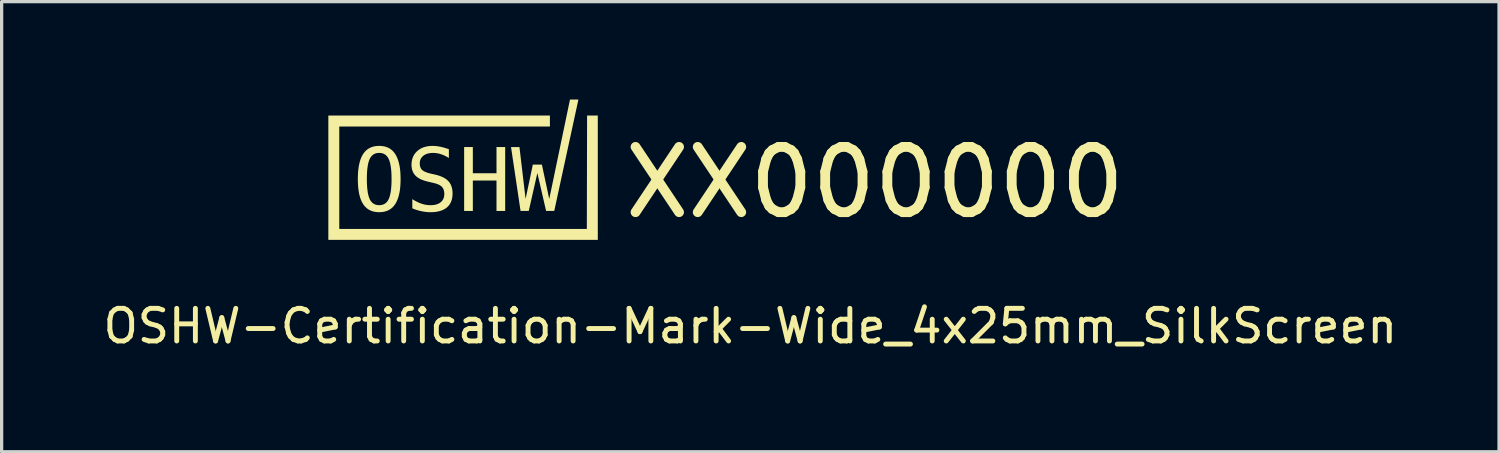
<source format=kicad_pcb>
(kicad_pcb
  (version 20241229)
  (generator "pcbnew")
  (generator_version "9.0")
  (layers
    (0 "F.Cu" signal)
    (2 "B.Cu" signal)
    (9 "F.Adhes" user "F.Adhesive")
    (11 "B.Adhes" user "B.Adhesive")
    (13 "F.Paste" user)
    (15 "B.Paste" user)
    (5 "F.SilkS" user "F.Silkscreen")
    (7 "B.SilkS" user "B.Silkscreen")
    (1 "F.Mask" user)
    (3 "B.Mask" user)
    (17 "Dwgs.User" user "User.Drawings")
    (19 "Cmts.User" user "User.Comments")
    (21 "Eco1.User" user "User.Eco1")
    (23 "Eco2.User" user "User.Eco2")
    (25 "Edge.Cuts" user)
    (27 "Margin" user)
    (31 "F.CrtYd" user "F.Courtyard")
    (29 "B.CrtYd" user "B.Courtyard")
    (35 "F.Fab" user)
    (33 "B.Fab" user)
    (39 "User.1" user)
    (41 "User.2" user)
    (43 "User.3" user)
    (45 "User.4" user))
  (footprint "OSHW-Certification-Mark-Wide_4x25mm_SilkScreen"
    (layer "F.Cu")
    (at 19.935 2.94)
    (property "Reference" "OSHW-Certification-Mark-Wide_4x25mm_SilkScreen" (at 0 4 0) (unlocked yes) (layer "F.SilkS") (effects (font (size 1 1) (thickness 0.15))))
    (attr board_only exclude_from_pos_files exclude_from_bom allow_missing_courtyard)
    (fp_poly (pts (xy -10.714 -0.505) (xy -10.714 -0.505) (xy -10.714 -0.505)) (stroke (width 0) (type solid)) (fill yes) (layer "F.SilkS"))
    (fp_poly (pts (xy -4.673 1.358) (xy -12.927 1.358) (xy -12.927 -2.45) (xy -6.14 -2.45) (xy -6.14 -2.114) (xy -12.592 -2.114) (xy -12.592 1.022) (xy -5.009 1.022) (xy -5.001 -2.45) (xy -4.673 -2.45)) (stroke (width 0) (type solid)) (fill yes) (layer "F.SilkS"))
    (fp_poly (pts (xy -8.501 -0.683) (xy -7.776 -0.683) (xy -7.776 -1.486) (xy -7.51 -1.486) (xy -7.51 0.472) (xy -7.776 0.472) (xy -7.776 -0.46) (xy -8.501 -0.46) (xy -8.501 0.472) (xy -8.767 0.472) (xy -8.767 -1.486) (xy -8.501 -1.486)) (stroke (width 0) (type solid)) (fill yes) (layer "F.SilkS"))
    (fp_poly (pts (xy -6.007 0.472) (xy -6.257 0.472) (xy -6.524 -0.691) (xy -6.788 0.472) (xy -7.039 0.472) (xy -7.331 -1.486) (xy -7.073 -1.486) (xy -6.885 0.103) (xy -6.663 -0.948) (xy -6.386 -0.948) (xy -6.16 0.106) (xy -5.525 -2.94) (xy -5.267 -2.94)) (stroke (width 0) (type solid)) (fill yes) (layer "F.SilkS"))
    (fp_poly (pts (xy -11.329 -1.52) (xy -11.289 -1.517) (xy -11.251 -1.512) (xy -11.215 -1.505) (xy -11.179 -1.497) (xy -11.145 -1.486) (xy -11.112 -1.473) (xy -11.081 -1.458) (xy -11.05 -1.442) (xy -11.022 -1.423) (xy -10.994 -1.402) (xy -10.968 -1.38) (xy -10.943 -1.355) (xy -10.92 -1.328) (xy -10.898 -1.3) (xy -10.877 -1.269) (xy -10.857 -1.237) (xy -10.839 -1.202) (xy -10.822 -1.166) (xy -10.806 -1.127) (xy -10.791 -1.087) (xy -10.778 -1.044) (xy -10.766 -0.999) (xy -10.755 -0.952) (xy -10.745 -0.904) (xy -10.737 -0.853) (xy -10.73 -0.8) (xy -10.724 -0.745) (xy -10.72 -0.688) (xy -10.717 -0.629) (xy -10.715 -0.568) (xy -10.714 -0.505) (xy -10.715 -0.442) (xy -10.717 -0.381) (xy -10.72 -0.322) (xy -10.724 -0.266) (xy -10.73 -0.211) (xy -10.737 -0.158) (xy -10.745 -0.107) (xy -10.755 -0.059) (xy -10.766 -0.012) (xy -10.778 0.033) (xy -10.791 0.075) (xy -10.806 0.116) (xy -10.822 0.154) (xy -10.839 0.191) (xy -10.857 0.226) (xy -10.877 0.258) (xy -10.887 0.273) (xy -10.898 0.288) (xy -10.908 0.303) (xy -10.92 0.317) (xy -10.931 0.331) (xy -10.943 0.344) (xy -10.955 0.356) (xy -10.968 0.368) (xy -10.981 0.38) (xy -10.994 0.391) (xy -11.008 0.401) (xy -11.022 0.411) (xy -11.036 0.421) (xy -11.05 0.43) (xy -11.065 0.439) (xy -11.081 0.447) (xy -11.096 0.454) (xy -11.112 0.462) (xy -11.128 0.468) (xy -11.145 0.474) (xy -11.162 0.48) (xy -11.179 0.485) (xy -11.197 0.49) (xy -11.215 0.494) (xy -11.233 0.498) (xy -11.251 0.501) (xy -11.289 0.506) (xy -11.329 0.509) (xy -11.37 0.51) (xy -11.411 0.509) (xy -11.45 0.506) (xy -11.488 0.501) (xy -11.525 0.494) (xy -11.56 0.485) (xy -11.595 0.475) (xy -11.627 0.462) (xy -11.659 0.447) (xy -11.689 0.43) (xy -11.718 0.412) (xy -11.745 0.391) (xy -11.771 0.369) (xy -11.796 0.344) (xy -11.82 0.318) (xy -11.842 0.29) (xy -11.863 0.259) (xy -11.882 0.227) (xy -11.901 0.193) (xy -11.918 0.156) (xy -11.933 0.118) (xy -11.948 0.077) (xy -11.961 0.034) (xy -11.973 -0.01) (xy -11.984 -0.057) (xy -11.993 -0.106) (xy -12.001 -0.157) (xy -12.008 -0.21) (xy -12.014 -0.265) (xy -12.018 -0.322) (xy -12.021 -0.381) (xy -12.023 -0.442) (xy -12.024 -0.505) (xy -11.747 -0.505) (xy -11.746 -0.401) (xy -11.742 -0.305) (xy -11.735 -0.217) (xy -11.725 -0.136) (xy -11.72 -0.099) (xy -11.713 -0.063) (xy -11.706 -0.03) (xy -11.698 0.002) (xy -11.689 0.032) (xy -11.68 0.06) (xy -11.67 0.086) (xy -11.66 0.11) (xy -11.648 0.132) (xy -11.642 0.143) (xy -11.635 0.153) (xy -11.629 0.163) (xy -11.622 0.173) (xy -11.615 0.182) (xy -11.608 0.191) (xy -11.601 0.199) (xy -11.593 0.207) (xy -11.585 0.215) (xy -11.577 0.222) (xy -11.569 0.23) (xy -11.56 0.236) (xy -11.551 0.243) (xy -11.542 0.248) (xy -11.533 0.254) (xy -11.524 0.259) (xy -11.514 0.264) (xy -11.505 0.269) (xy -11.494 0.273) (xy -11.484 0.277) (xy -11.474 0.28) (xy -11.463 0.283) (xy -11.452 0.286) (xy -11.441 0.288) (xy -11.43 0.29) (xy -11.418 0.292) (xy -11.406 0.293) (xy -11.394 0.294) (xy -11.37 0.295) (xy -11.345 0.294) (xy -11.321 0.292) (xy -11.298 0.288) (xy -11.276 0.283) (xy -11.255 0.277) (xy -11.234 0.269) (xy -11.215 0.26) (xy -11.196 0.249) (xy -11.179 0.237) (xy -11.162 0.223) (xy -11.146 0.208) (xy -11.131 0.191) (xy -11.117 0.174) (xy -11.104 0.154) (xy -11.091 0.133) (xy -11.08 0.111) (xy -11.069 0.087) (xy -11.059 0.061) (xy -11.05 0.033) (xy -11.041 0.003) (xy -11.033 -0.028) (xy -11.026 -0.062) (xy -11.019 -0.098) (xy -11.013 -0.135) (xy -11.008 -0.175) (xy -11.003 -0.216) (xy -11 -0.26) (xy -10.996 -0.305) (xy -10.994 -0.352) (xy -10.992 -0.401) (xy -10.991 -0.452) (xy -10.991 -0.505) (xy -10.992 -0.609) (xy -10.996 -0.705) (xy -11.003 -0.794) (xy -11.013 -0.875) (xy -11.019 -0.912) (xy -11.026 -0.948) (xy -11.033 -0.982) (xy -11.041 -1.013) (xy -11.05 -1.043) (xy -11.059 -1.071) (xy -11.069 -1.097) (xy -11.08 -1.121) (xy -11.091 -1.144) (xy -11.097 -1.154) (xy -11.104 -1.165) (xy -11.11 -1.175) (xy -11.117 -1.184) (xy -11.124 -1.193) (xy -11.131 -1.202) (xy -11.138 -1.211) (xy -11.146 -1.219) (xy -11.154 -1.227) (xy -11.162 -1.234) (xy -11.17 -1.241) (xy -11.179 -1.248) (xy -11.187 -1.254) (xy -11.196 -1.26) (xy -11.206 -1.266) (xy -11.215 -1.271) (xy -11.225 -1.276) (xy -11.234 -1.28) (xy -11.244 -1.284) (xy -11.255 -1.288) (xy -11.265 -1.292) (xy -11.276 -1.295) (xy -11.287 -1.297) (xy -11.298 -1.3) (xy -11.309 -1.302) (xy -11.321 -1.303) (xy -11.333 -1.305) (xy -11.345 -1.305) (xy -11.37 -1.306) (xy -11.394 -1.305) (xy -11.418 -1.303) (xy -11.441 -1.3) (xy -11.463 -1.295) (xy -11.484 -1.288) (xy -11.505 -1.28) (xy -11.524 -1.271) (xy -11.542 -1.26) (xy -11.56 -1.248) (xy -11.577 -1.234) (xy -11.593 -1.219) (xy -11.608 -1.202) (xy -11.622 -1.184) (xy -11.635 -1.165) (xy -11.648 -1.144) (xy -11.66 -1.121) (xy -11.67 -1.097) (xy -11.68 -1.071) (xy -11.689 -1.043) (xy -11.698 -1.013) (xy -11.706 -0.982) (xy -11.713 -0.948) (xy -11.72 -0.912) (xy -11.725 -0.875) (xy -11.731 -0.835) (xy -11.735 -0.794) (xy -11.739 -0.751) (xy -11.742 -0.705) (xy -11.744 -0.658) (xy -11.746 -0.609) (xy -11.747 -0.558) (xy -11.747 -0.505) (xy -12.024 -0.505) (xy -12.024 -0.505) (xy -12.023 -0.568) (xy -12.021 -0.629) (xy -12.018 -0.688) (xy -12.014 -0.745) (xy -12.008 -0.8) (xy -12.001 -0.853) (xy -11.993 -0.904) (xy -11.984 -0.952) (xy -11.973 -0.999) (xy -11.961 -1.044) (xy -11.948 -1.087) (xy -11.933 -1.127) (xy -11.918 -1.166) (xy -11.901 -1.202) (xy -11.882 -1.237) (xy -11.863 -1.269) (xy -11.852 -1.285) (xy -11.842 -1.3) (xy -11.831 -1.314) (xy -11.819 -1.328) (xy -11.808 -1.342) (xy -11.796 -1.355) (xy -11.784 -1.368) (xy -11.771 -1.38) (xy -11.758 -1.391) (xy -11.745 -1.402) (xy -11.731 -1.413) (xy -11.717 -1.423) (xy -11.703 -1.432) (xy -11.688 -1.442) (xy -11.673 -1.45) (xy -11.658 -1.458) (xy -11.643 -1.466) (xy -11.627 -1.473) (xy -11.61 -1.48) (xy -11.594 -1.486) (xy -11.577 -1.491) (xy -11.56 -1.497) (xy -11.542 -1.501) (xy -11.524 -1.505) (xy -11.488 -1.512) (xy -11.45 -1.517) (xy -11.41 -1.52) (xy -11.37 -1.521)) (stroke (width 0) (type solid)) (fill yes) (layer "F.SilkS"))
    (fp_poly (pts (xy -9.706 -1.52) (xy -9.677 -1.519) (xy -9.648 -1.517) (xy -9.619 -1.514) (xy -9.589 -1.511) (xy -9.559 -1.506) (xy -9.528 -1.501) (xy -9.497 -1.495) (xy -9.466 -1.488) (xy -9.434 -1.481) (xy -9.402 -1.472) (xy -9.369 -1.463) (xy -9.336 -1.453) (xy -9.303 -1.442) (xy -9.269 -1.431) (xy -9.235 -1.419) (xy -9.235 -1.15) (xy -9.265 -1.169) (xy -9.295 -1.186) (xy -9.326 -1.202) (xy -9.356 -1.218) (xy -9.386 -1.232) (xy -9.417 -1.244) (xy -9.447 -1.256) (xy -9.477 -1.266) (xy -9.508 -1.276) (xy -9.538 -1.284) (xy -9.568 -1.29) (xy -9.599 -1.296) (xy -9.629 -1.3) (xy -9.66 -1.303) (xy -9.691 -1.305) (xy -9.721 -1.306) (xy -9.744 -1.305) (xy -9.767 -1.304) (xy -9.789 -1.303) (xy -9.81 -1.3) (xy -9.831 -1.297) (xy -9.851 -1.293) (xy -9.87 -1.289) (xy -9.889 -1.284) (xy -9.907 -1.278) (xy -9.925 -1.272) (xy -9.942 -1.264) (xy -9.958 -1.256) (xy -9.974 -1.248) (xy -9.989 -1.239) (xy -10.004 -1.229) (xy -10.018 -1.218) (xy -10.031 -1.207) (xy -10.043 -1.195) (xy -10.055 -1.183) (xy -10.065 -1.171) (xy -10.075 -1.158) (xy -10.084 -1.144) (xy -10.092 -1.13) (xy -10.099 -1.116) (xy -10.106 -1.101) (xy -10.111 -1.086) (xy -10.116 -1.07) (xy -10.12 -1.054) (xy -10.123 -1.037) (xy -10.125 -1.019) (xy -10.126 -1.002) (xy -10.126 -0.983) (xy -10.126 -0.967) (xy -10.125 -0.952) (xy -10.124 -0.937) (xy -10.122 -0.922) (xy -10.119 -0.908) (xy -10.116 -0.895) (xy -10.113 -0.882) (xy -10.109 -0.869) (xy -10.104 -0.857) (xy -10.099 -0.845) (xy -10.093 -0.834) (xy -10.087 -0.823) (xy -10.08 -0.813) (xy -10.072 -0.803) (xy -10.064 -0.794) (xy -10.056 -0.785) (xy -10.046 -0.777) (xy -10.036 -0.769) (xy -10.024 -0.761) (xy -10.012 -0.753) (xy -9.999 -0.745) (xy -9.984 -0.737) (xy -9.969 -0.73) (xy -9.953 -0.723) (xy -9.935 -0.716) (xy -9.917 -0.709) (xy -9.898 -0.702) (xy -9.878 -0.696) (xy -9.857 -0.689) (xy -9.835 -0.683) (xy -9.812 -0.677) (xy -9.788 -0.671) (xy -9.649 -0.64) (xy -9.615 -0.631) (xy -9.583 -0.623) (xy -9.551 -0.613) (xy -9.521 -0.603) (xy -9.492 -0.592) (xy -9.464 -0.581) (xy -9.437 -0.57) (xy -9.411 -0.557) (xy -9.387 -0.544) (xy -9.363 -0.531) (xy -9.341 -0.517) (xy -9.32 -0.502) (xy -9.3 -0.487) (xy -9.282 -0.471) (xy -9.264 -0.455) (xy -9.248 -0.438) (xy -9.233 -0.42) (xy -9.218 -0.402) (xy -9.205 -0.383) (xy -9.193 -0.363) (xy -9.182 -0.342) (xy -9.171 -0.321) (xy -9.162 -0.298) (xy -9.154 -0.275) (xy -9.146 -0.251) (xy -9.14 -0.227) (xy -9.134 -0.201) (xy -9.13 -0.175) (xy -9.127 -0.148) (xy -9.124 -0.121) (xy -9.123 -0.092) (xy -9.122 -0.063) (xy -9.123 -0.028) (xy -9.125 0.005) (xy -9.128 0.037) (xy -9.133 0.068) (xy -9.139 0.099) (xy -9.146 0.128) (xy -9.155 0.156) (xy -9.165 0.183) (xy -9.177 0.209) (xy -9.19 0.234) (xy -9.204 0.259) (xy -9.219 0.282) (xy -9.236 0.304) (xy -9.255 0.324) (xy -9.274 0.344) (xy -9.295 0.363) (xy -9.317 0.381) (xy -9.341 0.398) (xy -9.366 0.413) (xy -9.392 0.427) (xy -9.419 0.441) (xy -9.447 0.453) (xy -9.477 0.464) (xy -9.508 0.473) (xy -9.54 0.482) (xy -9.573 0.489) (xy -9.608 0.496) (xy -9.643 0.501) (xy -9.68 0.505) (xy -9.719 0.508) (xy -9.758 0.509) (xy -9.799 0.51) (xy -9.833 0.51) (xy -9.868 0.508) (xy -9.902 0.506) (xy -9.937 0.503) (xy -9.971 0.498) (xy -10.006 0.493) (xy -10.041 0.487) (xy -10.075 0.48) (xy -10.11 0.472) (xy -10.145 0.464) (xy -10.18 0.454) (xy -10.215 0.444) (xy -10.25 0.432) (xy -10.284 0.42) (xy -10.319 0.406) (xy -10.355 0.392) (xy -10.355 0.11) (xy -10.317 0.133) (xy -10.28 0.155) (xy -10.244 0.175) (xy -10.208 0.193) (xy -10.173 0.21) (xy -10.138 0.225) (xy -10.104 0.239) (xy -10.07 0.25) (xy -10.036 0.261) (xy -10.002 0.27) (xy -9.969 0.278) (xy -9.935 0.284) (xy -9.901 0.289) (xy -9.867 0.292) (xy -9.833 0.294) (xy -9.799 0.295) (xy -9.774 0.295) (xy -9.75 0.294) (xy -9.727 0.292) (xy -9.704 0.289) (xy -9.682 0.286) (xy -9.661 0.283) (xy -9.64 0.278) (xy -9.62 0.273) (xy -9.601 0.267) (xy -9.583 0.26) (xy -9.565 0.253) (xy -9.548 0.245) (xy -9.532 0.236) (xy -9.516 0.227) (xy -9.501 0.217) (xy -9.487 0.206) (xy -9.473 0.194) (xy -9.46 0.182) (xy -9.449 0.169) (xy -9.438 0.156) (xy -9.428 0.142) (xy -9.419 0.128) (xy -9.41 0.113) (xy -9.403 0.098) (xy -9.396 0.082) (xy -9.391 0.065) (xy -9.386 0.048) (xy -9.382 0.03) (xy -9.379 0.012) (xy -9.377 -0.007) (xy -9.376 -0.026) (xy -9.375 -0.046) (xy -9.375 -0.064) (xy -9.376 -0.081) (xy -9.378 -0.098) (xy -9.38 -0.115) (xy -9.383 -0.131) (xy -9.386 -0.146) (xy -9.39 -0.161) (xy -9.394 -0.175) (xy -9.4 -0.189) (xy -9.405 -0.202) (xy -9.412 -0.215) (xy -9.419 -0.227) (xy -9.426 -0.239) (xy -9.434 -0.25) (xy -9.443 -0.26) (xy -9.453 -0.27) (xy -9.462 -0.28) (xy -9.473 -0.289) (xy -9.485 -0.298) (xy -9.498 -0.307) (xy -9.511 -0.315) (xy -9.526 -0.323) (xy -9.541 -0.331) (xy -9.557 -0.339) (xy -9.574 -0.346) (xy -9.592 -0.353) (xy -9.611 -0.36) (xy -9.631 -0.366) (xy -9.651 -0.372) (xy -9.673 -0.378) (xy -9.695 -0.384) (xy -9.719 -0.389) (xy -9.86 -0.422) (xy -9.894 -0.43) (xy -9.926 -0.439) (xy -9.957 -0.447) (xy -9.987 -0.457) (xy -10.016 -0.467) (xy -10.044 -0.477) (xy -10.07 -0.488) (xy -10.096 -0.499) (xy -10.12 -0.511) (xy -10.143 -0.524) (xy -10.165 -0.537) (xy -10.185 -0.55) (xy -10.205 -0.564) (xy -10.223 -0.578) (xy -10.24 -0.593) (xy -10.256 -0.608) (xy -10.271 -0.624) (xy -10.285 -0.641) (xy -10.298 -0.658) (xy -10.31 -0.676) (xy -10.321 -0.694) (xy -10.331 -0.714) (xy -10.34 -0.734) (xy -10.349 -0.754) (xy -10.356 -0.775) (xy -10.362 -0.797) (xy -10.367 -0.82) (xy -10.372 -0.843) (xy -10.375 -0.867) (xy -10.378 -0.892) (xy -10.379 -0.917) (xy -10.379 -0.943) (xy -10.379 -0.975) (xy -10.377 -1.007) (xy -10.373 -1.037) (xy -10.368 -1.067) (xy -10.362 -1.096) (xy -10.355 -1.125) (xy -10.346 -1.152) (xy -10.336 -1.179) (xy -10.324 -1.204) (xy -10.311 -1.229) (xy -10.296 -1.254) (xy -10.281 -1.277) (xy -10.263 -1.3) (xy -10.245 -1.321) (xy -10.225 -1.342) (xy -10.204 -1.362) (xy -10.181 -1.381) (xy -10.158 -1.399) (xy -10.133 -1.416) (xy -10.108 -1.432) (xy -10.082 -1.446) (xy -10.055 -1.459) (xy -10.027 -1.471) (xy -9.998 -1.481) (xy -9.968 -1.49) (xy -9.937 -1.499) (xy -9.906 -1.505) (xy -9.873 -1.511) (xy -9.84 -1.515) (xy -9.806 -1.518) (xy -9.77 -1.52) (xy -9.734 -1.521)) (stroke (width 0) (type solid)) (fill yes) (layer "F.SilkS"))
    (fp_text user "XX000000" (at -4 -0.4 0) (unlocked yes) (layer "F.SilkS") (effects (font (size 2 2) (thickness 0.3)) (justify left))))
  (gr_rect
    (start -3 -3)
    (end 42.869 10.788)
    (stroke (width 0.1) (type default))
    (fill no)
    (layer "Edge.Cuts")))
</source>
